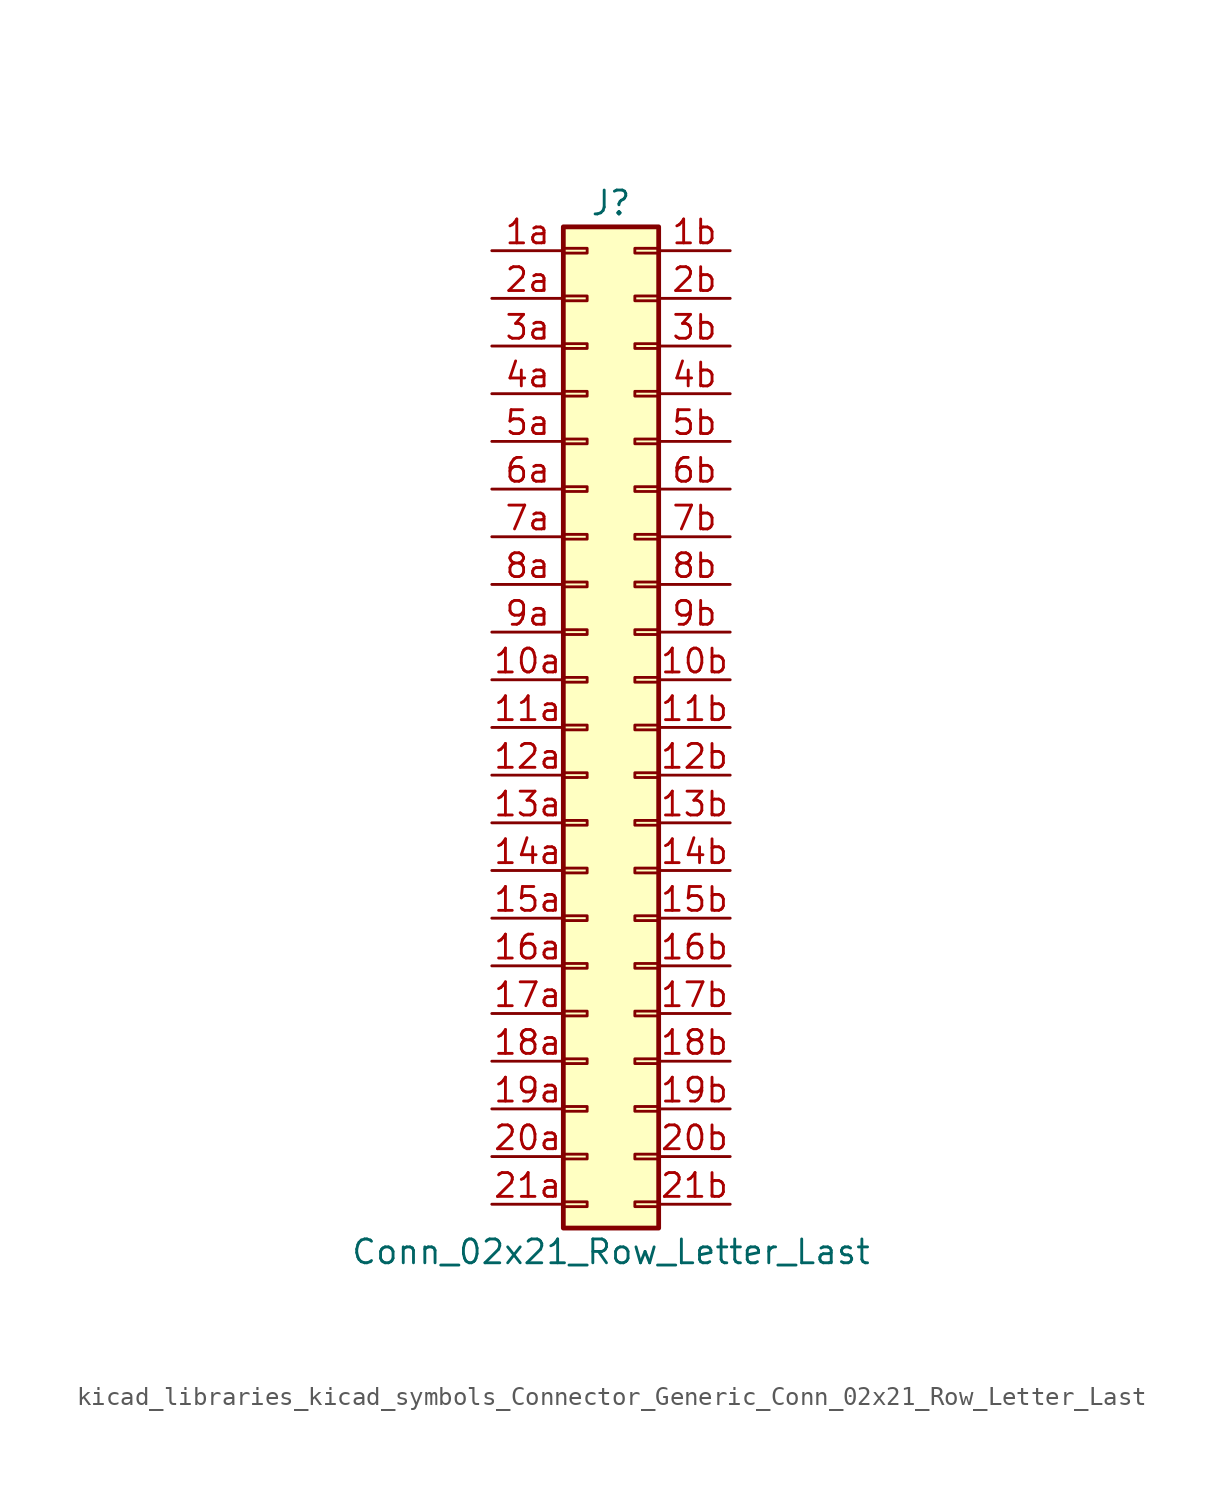
<source format=kicad_sym>
(kicad_symbol_lib
  (version 20220914)
  (generator kicad_symbol_editor)
  (symbol "kicad_libraries_kicad_symbols_Connector_Generic_Conn_02x21_Row_Letter_Last"
    (pin_names
      (offset 1.016) hide)
    (property "Reference" "J"
      (at 1.27 27.94 0)
      (effects (font (size 1.27 1.27))))
    (property "Value" "Conn_02x21_Row_Letter_Last"
      (at 1.27 -27.94 0)
      (effects (font (size 1.27 1.27))))
    (symbol "kicad_libraries_kicad_symbols_Connector_Generic_Conn_02x21_Row_Letter_Last_1_1"
      (rectangle (start -1.27 -25.273) (end 0 -25.527) (stroke (width 0.152) (type default)) (fill (type none)))
      (rectangle (start -1.27 -22.733) (end 0 -22.987) (stroke (width 0.152) (type default)) (fill (type none)))
      (rectangle (start -1.27 -20.193) (end 0 -20.447) (stroke (width 0.152) (type default)) (fill (type none)))
      (rectangle (start -1.27 -17.653) (end 0 -17.907) (stroke (width 0.152) (type default)) (fill (type none)))
      (rectangle (start -1.27 -15.113) (end 0 -15.367) (stroke (width 0.152) (type default)) (fill (type none)))
      (rectangle (start -1.27 -12.573) (end 0 -12.827) (stroke (width 0.152) (type default)) (fill (type none)))
      (rectangle (start -1.27 -10.033) (end 0 -10.287) (stroke (width 0.152) (type default)) (fill (type none)))
      (rectangle (start -1.27 -7.493) (end 0 -7.747) (stroke (width 0.152) (type default)) (fill (type none)))
      (rectangle (start -1.27 -4.953) (end 0 -5.207) (stroke (width 0.152) (type default)) (fill (type none)))
      (rectangle (start -1.27 -2.413) (end 0 -2.667) (stroke (width 0.152) (type default)) (fill (type none)))
      (rectangle (start -1.27 0.127) (end 0 -0.127) (stroke (width 0.152) (type default)) (fill (type none)))
      (rectangle (start -1.27 2.667) (end 0 2.413) (stroke (width 0.152) (type default)) (fill (type none)))
      (rectangle (start -1.27 5.207) (end 0 4.953) (stroke (width 0.152) (type default)) (fill (type none)))
      (rectangle (start -1.27 7.747) (end 0 7.493) (stroke (width 0.152) (type default)) (fill (type none)))
      (rectangle (start -1.27 10.287) (end 0 10.033) (stroke (width 0.152) (type default)) (fill (type none)))
      (rectangle (start -1.27 12.827) (end 0 12.573) (stroke (width 0.152) (type default)) (fill (type none)))
      (rectangle (start -1.27 15.367) (end 0 15.113) (stroke (width 0.152) (type default)) (fill (type none)))
      (rectangle (start -1.27 17.907) (end 0 17.653) (stroke (width 0.152) (type default)) (fill (type none)))
      (rectangle (start -1.27 20.447) (end 0 20.193) (stroke (width 0.152) (type default)) (fill (type none)))
      (rectangle (start -1.27 22.987) (end 0 22.733) (stroke (width 0.152) (type default)) (fill (type none)))
      (rectangle (start -1.27 25.527) (end 0 25.273) (stroke (width 0.152) (type default)) (fill (type none)))
      (rectangle (start -1.27 26.67) (end 3.81 -26.67) (stroke (width 0.254) (type default)) (fill (type background)))
      (rectangle (start 3.81 -25.273) (end 2.54 -25.527) (stroke (width 0.152) (type default)) (fill (type none)))
      (rectangle (start 3.81 -22.733) (end 2.54 -22.987) (stroke (width 0.152) (type default)) (fill (type none)))
      (rectangle (start 3.81 -20.193) (end 2.54 -20.447) (stroke (width 0.152) (type default)) (fill (type none)))
      (rectangle (start 3.81 -17.653) (end 2.54 -17.907) (stroke (width 0.152) (type default)) (fill (type none)))
      (rectangle (start 3.81 -15.113) (end 2.54 -15.367) (stroke (width 0.152) (type default)) (fill (type none)))
      (rectangle (start 3.81 -12.573) (end 2.54 -12.827) (stroke (width 0.152) (type default)) (fill (type none)))
      (rectangle (start 3.81 -10.033) (end 2.54 -10.287) (stroke (width 0.152) (type default)) (fill (type none)))
      (rectangle (start 3.81 -7.493) (end 2.54 -7.747) (stroke (width 0.152) (type default)) (fill (type none)))
      (rectangle (start 3.81 -4.953) (end 2.54 -5.207) (stroke (width 0.152) (type default)) (fill (type none)))
      (rectangle (start 3.81 -2.413) (end 2.54 -2.667) (stroke (width 0.152) (type default)) (fill (type none)))
      (rectangle (start 3.81 0.127) (end 2.54 -0.127) (stroke (width 0.152) (type default)) (fill (type none)))
      (rectangle (start 3.81 2.667) (end 2.54 2.413) (stroke (width 0.152) (type default)) (fill (type none)))
      (rectangle (start 3.81 5.207) (end 2.54 4.953) (stroke (width 0.152) (type default)) (fill (type none)))
      (rectangle (start 3.81 7.747) (end 2.54 7.493) (stroke (width 0.152) (type default)) (fill (type none)))
      (rectangle (start 3.81 10.287) (end 2.54 10.033) (stroke (width 0.152) (type default)) (fill (type none)))
      (rectangle (start 3.81 12.827) (end 2.54 12.573) (stroke (width 0.152) (type default)) (fill (type none)))
      (rectangle (start 3.81 15.367) (end 2.54 15.113) (stroke (width 0.152) (type default)) (fill (type none)))
      (rectangle (start 3.81 17.907) (end 2.54 17.653) (stroke (width 0.152) (type default)) (fill (type none)))
      (rectangle (start 3.81 20.447) (end 2.54 20.193) (stroke (width 0.152) (type default)) (fill (type none)))
      (rectangle (start 3.81 22.987) (end 2.54 22.733) (stroke (width 0.152) (type default)) (fill (type none)))
      (rectangle (start 3.81 25.527) (end 2.54 25.273) (stroke (width 0.152) (type default)) (fill (type none)))
      (pin passive line (at -5.08 2.54 0) (length 3.81) (name "Pin_10a" (effects (font (size 1.27 1.27)))) (number "10a" (effects (font (size 1.27 1.27)))))
      (pin passive line (at 7.62 2.54 180) (length 3.81) (name "Pin_10b" (effects (font (size 1.27 1.27)))) (number "10b" (effects (font (size 1.27 1.27)))))
      (pin passive line (at -5.08 0 0) (length 3.81) (name "Pin_11a" (effects (font (size 1.27 1.27)))) (number "11a" (effects (font (size 1.27 1.27)))))
      (pin passive line (at 7.62 0 180) (length 3.81) (name "Pin_11b" (effects (font (size 1.27 1.27)))) (number "11b" (effects (font (size 1.27 1.27)))))
      (pin passive line (at -5.08 -2.54 0) (length 3.81) (name "Pin_12a" (effects (font (size 1.27 1.27)))) (number "12a" (effects (font (size 1.27 1.27)))))
      (pin passive line (at 7.62 -2.54 180) (length 3.81) (name "Pin_12b" (effects (font (size 1.27 1.27)))) (number "12b" (effects (font (size 1.27 1.27)))))
      (pin passive line (at -5.08 -5.08 0) (length 3.81) (name "Pin_13a" (effects (font (size 1.27 1.27)))) (number "13a" (effects (font (size 1.27 1.27)))))
      (pin passive line (at 7.62 -5.08 180) (length 3.81) (name "Pin_13b" (effects (font (size 1.27 1.27)))) (number "13b" (effects (font (size 1.27 1.27)))))
      (pin passive line (at -5.08 -7.62 0) (length 3.81) (name "Pin_14a" (effects (font (size 1.27 1.27)))) (number "14a" (effects (font (size 1.27 1.27)))))
      (pin passive line (at 7.62 -7.62 180) (length 3.81) (name "Pin_14b" (effects (font (size 1.27 1.27)))) (number "14b" (effects (font (size 1.27 1.27)))))
      (pin passive line (at -5.08 -10.16 0) (length 3.81) (name "Pin_15a" (effects (font (size 1.27 1.27)))) (number "15a" (effects (font (size 1.27 1.27)))))
      (pin passive line (at 7.62 -10.16 180) (length 3.81) (name "Pin_15b" (effects (font (size 1.27 1.27)))) (number "15b" (effects (font (size 1.27 1.27)))))
      (pin passive line (at -5.08 -12.7 0) (length 3.81) (name "Pin_16a" (effects (font (size 1.27 1.27)))) (number "16a" (effects (font (size 1.27 1.27)))))
      (pin passive line (at 7.62 -12.7 180) (length 3.81) (name "Pin_16b" (effects (font (size 1.27 1.27)))) (number "16b" (effects (font (size 1.27 1.27)))))
      (pin passive line (at -5.08 -15.24 0) (length 3.81) (name "Pin_17a" (effects (font (size 1.27 1.27)))) (number "17a" (effects (font (size 1.27 1.27)))))
      (pin passive line (at 7.62 -15.24 180) (length 3.81) (name "Pin_17b" (effects (font (size 1.27 1.27)))) (number "17b" (effects (font (size 1.27 1.27)))))
      (pin passive line (at -5.08 -17.78 0) (length 3.81) (name "Pin_18a" (effects (font (size 1.27 1.27)))) (number "18a" (effects (font (size 1.27 1.27)))))
      (pin passive line (at 7.62 -17.78 180) (length 3.81) (name "Pin_18b" (effects (font (size 1.27 1.27)))) (number "18b" (effects (font (size 1.27 1.27)))))
      (pin passive line (at -5.08 -20.32 0) (length 3.81) (name "Pin_19a" (effects (font (size 1.27 1.27)))) (number "19a" (effects (font (size 1.27 1.27)))))
      (pin passive line (at 7.62 -20.32 180) (length 3.81) (name "Pin_19b" (effects (font (size 1.27 1.27)))) (number "19b" (effects (font (size 1.27 1.27)))))
      (pin passive line (at -5.08 25.4 0) (length 3.81) (name "Pin_1a" (effects (font (size 1.27 1.27)))) (number "1a" (effects (font (size 1.27 1.27)))))
      (pin passive line (at 7.62 25.4 180) (length 3.81) (name "Pin_1b" (effects (font (size 1.27 1.27)))) (number "1b" (effects (font (size 1.27 1.27)))))
      (pin passive line (at -5.08 -22.86 0) (length 3.81) (name "Pin_20a" (effects (font (size 1.27 1.27)))) (number "20a" (effects (font (size 1.27 1.27)))))
      (pin passive line (at 7.62 -22.86 180) (length 3.81) (name "Pin_20b" (effects (font (size 1.27 1.27)))) (number "20b" (effects (font (size 1.27 1.27)))))
      (pin passive line (at -5.08 -25.4 0) (length 3.81) (name "Pin_21a" (effects (font (size 1.27 1.27)))) (number "21a" (effects (font (size 1.27 1.27)))))
      (pin passive line (at 7.62 -25.4 180) (length 3.81) (name "Pin_21b" (effects (font (size 1.27 1.27)))) (number "21b" (effects (font (size 1.27 1.27)))))
      (pin passive line (at -5.08 22.86 0) (length 3.81) (name "Pin_2a" (effects (font (size 1.27 1.27)))) (number "2a" (effects (font (size 1.27 1.27)))))
      (pin passive line (at 7.62 22.86 180) (length 3.81) (name "Pin_2b" (effects (font (size 1.27 1.27)))) (number "2b" (effects (font (size 1.27 1.27)))))
      (pin passive line (at -5.08 20.32 0) (length 3.81) (name "Pin_3a" (effects (font (size 1.27 1.27)))) (number "3a" (effects (font (size 1.27 1.27)))))
      (pin passive line (at 7.62 20.32 180) (length 3.81) (name "Pin_3b" (effects (font (size 1.27 1.27)))) (number "3b" (effects (font (size 1.27 1.27)))))
      (pin passive line (at -5.08 17.78 0) (length 3.81) (name "Pin_4a" (effects (font (size 1.27 1.27)))) (number "4a" (effects (font (size 1.27 1.27)))))
      (pin passive line (at 7.62 17.78 180) (length 3.81) (name "Pin_4b" (effects (font (size 1.27 1.27)))) (number "4b" (effects (font (size 1.27 1.27)))))
      (pin passive line (at -5.08 15.24 0) (length 3.81) (name "Pin_5a" (effects (font (size 1.27 1.27)))) (number "5a" (effects (font (size 1.27 1.27)))))
      (pin passive line (at 7.62 15.24 180) (length 3.81) (name "Pin_5b" (effects (font (size 1.27 1.27)))) (number "5b" (effects (font (size 1.27 1.27)))))
      (pin passive line (at -5.08 12.7 0) (length 3.81) (name "Pin_6a" (effects (font (size 1.27 1.27)))) (number "6a" (effects (font (size 1.27 1.27)))))
      (pin passive line (at 7.62 12.7 180) (length 3.81) (name "Pin_6b" (effects (font (size 1.27 1.27)))) (number "6b" (effects (font (size 1.27 1.27)))))
      (pin passive line (at -5.08 10.16 0) (length 3.81) (name "Pin_7a" (effects (font (size 1.27 1.27)))) (number "7a" (effects (font (size 1.27 1.27)))))
      (pin passive line (at 7.62 10.16 180) (length 3.81) (name "Pin_7b" (effects (font (size 1.27 1.27)))) (number "7b" (effects (font (size 1.27 1.27)))))
      (pin passive line (at -5.08 7.62 0) (length 3.81) (name "Pin_8a" (effects (font (size 1.27 1.27)))) (number "8a" (effects (font (size 1.27 1.27)))))
      (pin passive line (at 7.62 7.62 180) (length 3.81) (name "Pin_8b" (effects (font (size 1.27 1.27)))) (number "8b" (effects (font (size 1.27 1.27)))))
      (pin passive line (at -5.08 5.08 0) (length 3.81) (name "Pin_9a" (effects (font (size 1.27 1.27)))) (number "9a" (effects (font (size 1.27 1.27)))))
      (pin passive line (at 7.62 5.08 180) (length 3.81) (name "Pin_9b" (effects (font (size 1.27 1.27)))) (number "9b" (effects (font (size 1.27 1.27))))))))
</source>
